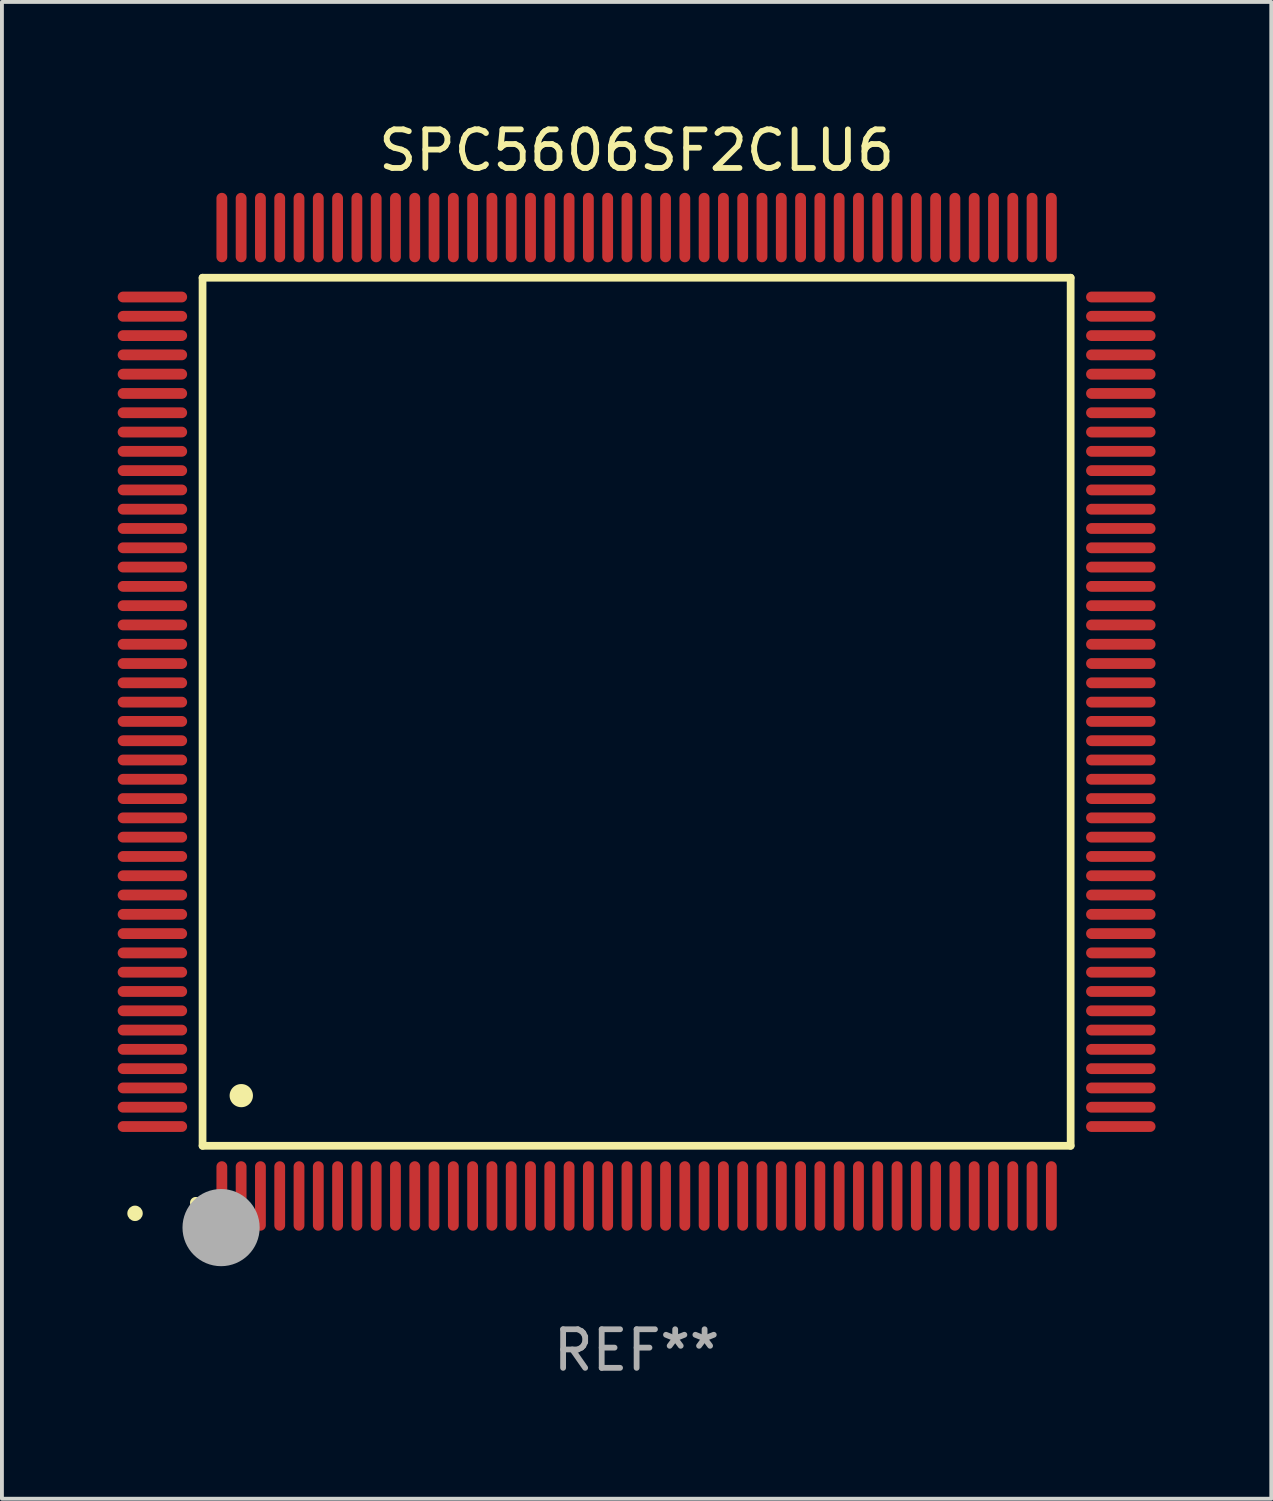
<source format=kicad_pcb>
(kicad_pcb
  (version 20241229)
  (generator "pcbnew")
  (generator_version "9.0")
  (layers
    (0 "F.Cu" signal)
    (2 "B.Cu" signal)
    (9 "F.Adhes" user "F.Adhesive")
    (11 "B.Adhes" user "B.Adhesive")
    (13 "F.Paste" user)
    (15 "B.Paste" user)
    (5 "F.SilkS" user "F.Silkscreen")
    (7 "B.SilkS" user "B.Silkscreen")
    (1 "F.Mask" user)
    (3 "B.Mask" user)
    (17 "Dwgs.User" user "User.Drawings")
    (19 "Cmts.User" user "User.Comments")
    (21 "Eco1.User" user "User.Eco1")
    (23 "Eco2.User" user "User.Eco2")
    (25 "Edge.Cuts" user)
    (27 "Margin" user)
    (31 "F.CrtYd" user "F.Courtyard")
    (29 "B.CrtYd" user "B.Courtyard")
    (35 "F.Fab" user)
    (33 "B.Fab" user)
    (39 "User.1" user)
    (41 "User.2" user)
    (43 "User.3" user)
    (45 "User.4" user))
  (footprint "SPC5606SF2CLU6"
    (layer "F.Cu")
    (at 13.45 15.398)
    (property "Reference" "SPC5606SF2CLU6" (at 0 -14.55 0) (layer "F.SilkS") (effects (font (size 1 1) (thickness 0.15))))
    (attr through_hole)
    (fp_line (start -11.25 -11.25) (end 11.25 -11.25) (stroke (width 0.2) (type solid)) (layer "F.SilkS"))
    (fp_line (start -11.25 11.25) (end -11.25 -11.25) (stroke (width 0.2) (type solid)) (layer "F.SilkS"))
    (fp_line (start 11.25 -11.25) (end 11.25 11.25) (stroke (width 0.2) (type solid)) (layer "F.SilkS"))
    (fp_line (start 11.25 11.25) (end -11.25 11.25) (stroke (width 0.2) (type solid)) (layer "F.SilkS"))
    (fp_arc (start -11.424943 12.725425) (mid -11.423673 12.72542) (end -11.422403 12.725425) (stroke (width 0.3) (type solid)) (layer "F.SilkS"))
    (fp_arc (start -10.24892 9.9492) (mid -10.24638 9.949189) (end -10.24384 9.9492) (stroke (width 0.6) (type solid)) (layer "F.SilkS"))
    (fp_circle (center -13 13) (end -12.9 13) (stroke (width 0.2) (type solid)) (fill no) (layer "F.SilkS"))
    (fp_circle (center -10.77 13.37) (end -10.27 13.37) (stroke (width 1) (type solid)) (fill no) (layer "F.Fab"))
    (fp_text user "REF**" (at 0 16.55 0) (layer "F.Fab") (effects (font (size 1 1) (thickness 0.15))))
    (pad "1" smd oval (at -10.75 12.55) (size 0.28 1.8) (layers "F.Cu" "F.Mask" "F.Paste"))
    (pad "2" smd oval (at -10.25 12.55) (size 0.28 1.8) (layers "F.Cu" "F.Mask" "F.Paste"))
    (pad "3" smd oval (at -9.75 12.55) (size 0.28 1.8) (layers "F.Cu" "F.Mask" "F.Paste"))
    (pad "4" smd oval (at -9.25 12.55) (size 0.28 1.8) (layers "F.Cu" "F.Mask" "F.Paste"))
    (pad "5" smd oval (at -8.75 12.55) (size 0.28 1.8) (layers "F.Cu" "F.Mask" "F.Paste"))
    (pad "6" smd oval (at -8.25 12.55) (size 0.28 1.8) (layers "F.Cu" "F.Mask" "F.Paste"))
    (pad "7" smd oval (at -7.75 12.55) (size 0.28 1.8) (layers "F.Cu" "F.Mask" "F.Paste"))
    (pad "8" smd oval (at -7.25 12.55) (size 0.28 1.8) (layers "F.Cu" "F.Mask" "F.Paste"))
    (pad "9" smd oval (at -6.75 12.55) (size 0.28 1.8) (layers "F.Cu" "F.Mask" "F.Paste"))
    (pad "10" smd oval (at -6.25 12.55) (size 0.28 1.8) (layers "F.Cu" "F.Mask" "F.Paste"))
    (pad "11" smd oval (at -5.75 12.55) (size 0.28 1.8) (layers "F.Cu" "F.Mask" "F.Paste"))
    (pad "12" smd oval (at -5.25 12.55) (size 0.28 1.8) (layers "F.Cu" "F.Mask" "F.Paste"))
    (pad "13" smd oval (at -4.75 12.55) (size 0.28 1.8) (layers "F.Cu" "F.Mask" "F.Paste"))
    (pad "14" smd oval (at -4.25 12.55) (size 0.28 1.8) (layers "F.Cu" "F.Mask" "F.Paste"))
    (pad "15" smd oval (at -3.75 12.55) (size 0.28 1.8) (layers "F.Cu" "F.Mask" "F.Paste"))
    (pad "16" smd oval (at -3.25 12.55) (size 0.28 1.8) (layers "F.Cu" "F.Mask" "F.Paste"))
    (pad "17" smd oval (at -2.75 12.55) (size 0.28 1.8) (layers "F.Cu" "F.Mask" "F.Paste"))
    (pad "18" smd oval (at -2.25 12.55) (size 0.28 1.8) (layers "F.Cu" "F.Mask" "F.Paste"))
    (pad "19" smd oval (at -1.75 12.55) (size 0.28 1.8) (layers "F.Cu" "F.Mask" "F.Paste"))
    (pad "20" smd oval (at -1.25 12.55) (size 0.28 1.8) (layers "F.Cu" "F.Mask" "F.Paste"))
    (pad "21" smd oval (at -0.75 12.55) (size 0.28 1.8) (layers "F.Cu" "F.Mask" "F.Paste"))
    (pad "22" smd oval (at -0.25 12.55) (size 0.28 1.8) (layers "F.Cu" "F.Mask" "F.Paste"))
    (pad "23" smd oval (at 0.25 12.55) (size 0.28 1.8) (layers "F.Cu" "F.Mask" "F.Paste"))
    (pad "24" smd oval (at 0.75 12.55) (size 0.28 1.8) (layers "F.Cu" "F.Mask" "F.Paste"))
    (pad "25" smd oval (at 1.25 12.55) (size 0.28 1.8) (layers "F.Cu" "F.Mask" "F.Paste"))
    (pad "26" smd oval (at 1.75 12.55) (size 0.28 1.8) (layers "F.Cu" "F.Mask" "F.Paste"))
    (pad "27" smd oval (at 2.25 12.55) (size 0.28 1.8) (layers "F.Cu" "F.Mask" "F.Paste"))
    (pad "28" smd oval (at 2.75 12.55) (size 0.28 1.8) (layers "F.Cu" "F.Mask" "F.Paste"))
    (pad "29" smd oval (at 3.25 12.55) (size 0.28 1.8) (layers "F.Cu" "F.Mask" "F.Paste"))
    (pad "30" smd oval (at 3.75 12.55) (size 0.28 1.8) (layers "F.Cu" "F.Mask" "F.Paste"))
    (pad "31" smd oval (at 4.25 12.55) (size 0.28 1.8) (layers "F.Cu" "F.Mask" "F.Paste"))
    (pad "32" smd oval (at 4.75 12.55) (size 0.28 1.8) (layers "F.Cu" "F.Mask" "F.Paste"))
    (pad "33" smd oval (at 5.25 12.55) (size 0.28 1.8) (layers "F.Cu" "F.Mask" "F.Paste"))
    (pad "34" smd oval (at 5.75 12.55) (size 0.28 1.8) (layers "F.Cu" "F.Mask" "F.Paste"))
    (pad "35" smd oval (at 6.25 12.55) (size 0.28 1.8) (layers "F.Cu" "F.Mask" "F.Paste"))
    (pad "36" smd oval (at 6.75 12.55) (size 0.28 1.8) (layers "F.Cu" "F.Mask" "F.Paste"))
    (pad "37" smd oval (at 7.25 12.55) (size 0.28 1.8) (layers "F.Cu" "F.Mask" "F.Paste"))
    (pad "38" smd oval (at 7.75 12.55) (size 0.28 1.8) (layers "F.Cu" "F.Mask" "F.Paste"))
    (pad "39" smd oval (at 8.25 12.55) (size 0.28 1.8) (layers "F.Cu" "F.Mask" "F.Paste"))
    (pad "40" smd oval (at 8.75 12.55) (size 0.28 1.8) (layers "F.Cu" "F.Mask" "F.Paste"))
    (pad "41" smd oval (at 9.25 12.55) (size 0.28 1.8) (layers "F.Cu" "F.Mask" "F.Paste"))
    (pad "42" smd oval (at 9.75 12.55) (size 0.28 1.8) (layers "F.Cu" "F.Mask" "F.Paste"))
    (pad "43" smd oval (at 10.25 12.55) (size 0.28 1.8) (layers "F.Cu" "F.Mask" "F.Paste"))
    (pad "44" smd oval (at 10.75 12.55) (size 0.28 1.8) (layers "F.Cu" "F.Mask" "F.Paste"))
    (pad "45" smd oval (at 12.55 10.75) (size 1.8 0.28) (layers "F.Cu" "F.Mask" "F.Paste"))
    (pad "46" smd oval (at 12.55 10.25) (size 1.8 0.28) (layers "F.Cu" "F.Mask" "F.Paste"))
    (pad "47" smd oval (at 12.55 9.75) (size 1.8 0.28) (layers "F.Cu" "F.Mask" "F.Paste"))
    (pad "48" smd oval (at 12.55 9.25) (size 1.8 0.28) (layers "F.Cu" "F.Mask" "F.Paste"))
    (pad "49" smd oval (at 12.55 8.75) (size 1.8 0.28) (layers "F.Cu" "F.Mask" "F.Paste"))
    (pad "50" smd oval (at 12.55 8.25) (size 1.8 0.28) (layers "F.Cu" "F.Mask" "F.Paste"))
    (pad "51" smd oval (at 12.55 7.75) (size 1.8 0.28) (layers "F.Cu" "F.Mask" "F.Paste"))
    (pad "52" smd oval (at 12.55 7.25) (size 1.8 0.28) (layers "F.Cu" "F.Mask" "F.Paste"))
    (pad "53" smd oval (at 12.55 6.75) (size 1.8 0.28) (layers "F.Cu" "F.Mask" "F.Paste"))
    (pad "54" smd oval (at 12.55 6.25) (size 1.8 0.28) (layers "F.Cu" "F.Mask" "F.Paste"))
    (pad "55" smd oval (at 12.55 5.75) (size 1.8 0.28) (layers "F.Cu" "F.Mask" "F.Paste"))
    (pad "56" smd oval (at 12.55 5.25) (size 1.8 0.28) (layers "F.Cu" "F.Mask" "F.Paste"))
    (pad "57" smd oval (at 12.55 4.75) (size 1.8 0.28) (layers "F.Cu" "F.Mask" "F.Paste"))
    (pad "58" smd oval (at 12.55 4.25) (size 1.8 0.28) (layers "F.Cu" "F.Mask" "F.Paste"))
    (pad "59" smd oval (at 12.55 3.75) (size 1.8 0.28) (layers "F.Cu" "F.Mask" "F.Paste"))
    (pad "60" smd oval (at 12.55 3.25) (size 1.8 0.28) (layers "F.Cu" "F.Mask" "F.Paste"))
    (pad "61" smd oval (at 12.55 2.75) (size 1.8 0.28) (layers "F.Cu" "F.Mask" "F.Paste"))
    (pad "62" smd oval (at 12.55 2.25) (size 1.8 0.28) (layers "F.Cu" "F.Mask" "F.Paste"))
    (pad "63" smd oval (at 12.55 1.75) (size 1.8 0.28) (layers "F.Cu" "F.Mask" "F.Paste"))
    (pad "64" smd oval (at 12.55 1.25) (size 1.8 0.28) (layers "F.Cu" "F.Mask" "F.Paste"))
    (pad "65" smd oval (at 12.55 0.75) (size 1.8 0.28) (layers "F.Cu" "F.Mask" "F.Paste"))
    (pad "66" smd oval (at 12.55 0.25) (size 1.8 0.28) (layers "F.Cu" "F.Mask" "F.Paste"))
    (pad "67" smd oval (at 12.55 -0.25) (size 1.8 0.28) (layers "F.Cu" "F.Mask" "F.Paste"))
    (pad "68" smd oval (at 12.55 -0.75) (size 1.8 0.28) (layers "F.Cu" "F.Mask" "F.Paste"))
    (pad "69" smd oval (at 12.55 -1.25) (size 1.8 0.28) (layers "F.Cu" "F.Mask" "F.Paste"))
    (pad "70" smd oval (at 12.55 -1.75) (size 1.8 0.28) (layers "F.Cu" "F.Mask" "F.Paste"))
    (pad "71" smd oval (at 12.55 -2.25) (size 1.8 0.28) (layers "F.Cu" "F.Mask" "F.Paste"))
    (pad "72" smd oval (at 12.55 -2.75) (size 1.8 0.28) (layers "F.Cu" "F.Mask" "F.Paste"))
    (pad "73" smd oval (at 12.55 -3.25) (size 1.8 0.28) (layers "F.Cu" "F.Mask" "F.Paste"))
    (pad "74" smd oval (at 12.55 -3.75) (size 1.8 0.28) (layers "F.Cu" "F.Mask" "F.Paste"))
    (pad "75" smd oval (at 12.55 -4.25) (size 1.8 0.28) (layers "F.Cu" "F.Mask" "F.Paste"))
    (pad "76" smd oval (at 12.55 -4.75) (size 1.8 0.28) (layers "F.Cu" "F.Mask" "F.Paste"))
    (pad "77" smd oval (at 12.55 -5.25) (size 1.8 0.28) (layers "F.Cu" "F.Mask" "F.Paste"))
    (pad "78" smd oval (at 12.55 -5.75) (size 1.8 0.28) (layers "F.Cu" "F.Mask" "F.Paste"))
    (pad "79" smd oval (at 12.55 -6.25) (size 1.8 0.28) (layers "F.Cu" "F.Mask" "F.Paste"))
    (pad "80" smd oval (at 12.55 -6.75) (size 1.8 0.28) (layers "F.Cu" "F.Mask" "F.Paste"))
    (pad "81" smd oval (at 12.55 -7.25) (size 1.8 0.28) (layers "F.Cu" "F.Mask" "F.Paste"))
    (pad "82" smd oval (at 12.55 -7.75) (size 1.8 0.28) (layers "F.Cu" "F.Mask" "F.Paste"))
    (pad "83" smd oval (at 12.55 -8.25) (size 1.8 0.28) (layers "F.Cu" "F.Mask" "F.Paste"))
    (pad "84" smd oval (at 12.55 -8.75) (size 1.8 0.28) (layers "F.Cu" "F.Mask" "F.Paste"))
    (pad "85" smd oval (at 12.55 -9.25) (size 1.8 0.28) (layers "F.Cu" "F.Mask" "F.Paste"))
    (pad "86" smd oval (at 12.55 -9.75) (size 1.8 0.28) (layers "F.Cu" "F.Mask" "F.Paste"))
    (pad "87" smd oval (at 12.55 -10.25) (size 1.8 0.28) (layers "F.Cu" "F.Mask" "F.Paste"))
    (pad "88" smd oval (at 12.55 -10.75) (size 1.8 0.28) (layers "F.Cu" "F.Mask" "F.Paste"))
    (pad "89" smd oval (at 10.75 -12.55) (size 0.28 1.8) (layers "F.Cu" "F.Mask" "F.Paste"))
    (pad "90" smd oval (at 10.25 -12.55) (size 0.28 1.8) (layers "F.Cu" "F.Mask" "F.Paste"))
    (pad "91" smd oval (at 9.75 -12.55) (size 0.28 1.8) (layers "F.Cu" "F.Mask" "F.Paste"))
    (pad "92" smd oval (at 9.25 -12.55) (size 0.28 1.8) (layers "F.Cu" "F.Mask" "F.Paste"))
    (pad "93" smd oval (at 8.75 -12.55) (size 0.28 1.8) (layers "F.Cu" "F.Mask" "F.Paste"))
    (pad "94" smd oval (at 8.25 -12.55) (size 0.28 1.8) (layers "F.Cu" "F.Mask" "F.Paste"))
    (pad "95" smd oval (at 7.75 -12.55) (size 0.28 1.8) (layers "F.Cu" "F.Mask" "F.Paste"))
    (pad "96" smd oval (at 7.25 -12.55) (size 0.28 1.8) (layers "F.Cu" "F.Mask" "F.Paste"))
    (pad "97" smd oval (at 6.75 -12.55) (size 0.28 1.8) (layers "F.Cu" "F.Mask" "F.Paste"))
    (pad "98" smd oval (at 6.25 -12.55) (size 0.28 1.8) (layers "F.Cu" "F.Mask" "F.Paste"))
    (pad "99" smd oval (at 5.75 -12.55) (size 0.28 1.8) (layers "F.Cu" "F.Mask" "F.Paste"))
    (pad "100" smd oval (at 5.25 -12.55) (size 0.28 1.8) (layers "F.Cu" "F.Mask" "F.Paste"))
    (pad "101" smd oval (at 4.75 -12.55) (size 0.28 1.8) (layers "F.Cu" "F.Mask" "F.Paste"))
    (pad "102" smd oval (at 4.25 -12.55) (size 0.28 1.8) (layers "F.Cu" "F.Mask" "F.Paste"))
    (pad "103" smd oval (at 3.75 -12.55) (size 0.28 1.8) (layers "F.Cu" "F.Mask" "F.Paste"))
    (pad "104" smd oval (at 3.25 -12.55) (size 0.28 1.8) (layers "F.Cu" "F.Mask" "F.Paste"))
    (pad "105" smd oval (at 2.75 -12.55) (size 0.28 1.8) (layers "F.Cu" "F.Mask" "F.Paste"))
    (pad "106" smd oval (at 2.25 -12.55) (size 0.28 1.8) (layers "F.Cu" "F.Mask" "F.Paste"))
    (pad "107" smd oval (at 1.75 -12.55) (size 0.28 1.8) (layers "F.Cu" "F.Mask" "F.Paste"))
    (pad "108" smd oval (at 1.25 -12.55) (size 0.28 1.8) (layers "F.Cu" "F.Mask" "F.Paste"))
    (pad "109" smd oval (at 0.75 -12.55) (size 0.28 1.8) (layers "F.Cu" "F.Mask" "F.Paste"))
    (pad "110" smd oval (at 0.25 -12.55) (size 0.28 1.8) (layers "F.Cu" "F.Mask" "F.Paste"))
    (pad "111" smd oval (at -0.25 -12.55) (size 0.28 1.8) (layers "F.Cu" "F.Mask" "F.Paste"))
    (pad "112" smd oval (at -0.75 -12.55) (size 0.28 1.8) (layers "F.Cu" "F.Mask" "F.Paste"))
    (pad "113" smd oval (at -1.25 -12.55) (size 0.28 1.8) (layers "F.Cu" "F.Mask" "F.Paste"))
    (pad "114" smd oval (at -1.75 -12.55) (size 0.28 1.8) (layers "F.Cu" "F.Mask" "F.Paste"))
    (pad "115" smd oval (at -2.25 -12.55) (size 0.28 1.8) (layers "F.Cu" "F.Mask" "F.Paste"))
    (pad "116" smd oval (at -2.75 -12.55) (size 0.28 1.8) (layers "F.Cu" "F.Mask" "F.Paste"))
    (pad "117" smd oval (at -3.25 -12.55) (size 0.28 1.8) (layers "F.Cu" "F.Mask" "F.Paste"))
    (pad "118" smd oval (at -3.75 -12.55) (size 0.28 1.8) (layers "F.Cu" "F.Mask" "F.Paste"))
    (pad "119" smd oval (at -4.25 -12.55) (size 0.28 1.8) (layers "F.Cu" "F.Mask" "F.Paste"))
    (pad "120" smd oval (at -4.75 -12.55) (size 0.28 1.8) (layers "F.Cu" "F.Mask" "F.Paste"))
    (pad "121" smd oval (at -5.25 -12.55) (size 0.28 1.8) (layers "F.Cu" "F.Mask" "F.Paste"))
    (pad "122" smd oval (at -5.75 -12.55) (size 0.28 1.8) (layers "F.Cu" "F.Mask" "F.Paste"))
    (pad "123" smd oval (at -6.25 -12.55) (size 0.28 1.8) (layers "F.Cu" "F.Mask" "F.Paste"))
    (pad "124" smd oval (at -6.75 -12.55) (size 0.28 1.8) (layers "F.Cu" "F.Mask" "F.Paste"))
    (pad "125" smd oval (at -7.25 -12.55) (size 0.28 1.8) (layers "F.Cu" "F.Mask" "F.Paste"))
    (pad "126" smd oval (at -7.75 -12.55) (size 0.28 1.8) (layers "F.Cu" "F.Mask" "F.Paste"))
    (pad "127" smd oval (at -8.25 -12.55) (size 0.28 1.8) (layers "F.Cu" "F.Mask" "F.Paste"))
    (pad "128" smd oval (at -8.75 -12.55) (size 0.28 1.8) (layers "F.Cu" "F.Mask" "F.Paste"))
    (pad "129" smd oval (at -9.25 -12.55) (size 0.28 1.8) (layers "F.Cu" "F.Mask" "F.Paste"))
    (pad "130" smd oval (at -9.75 -12.55) (size 0.28 1.8) (layers "F.Cu" "F.Mask" "F.Paste"))
    (pad "131" smd oval (at -10.25 -12.55) (size 0.28 1.8) (layers "F.Cu" "F.Mask" "F.Paste"))
    (pad "132" smd oval (at -10.75 -12.55) (size 0.28 1.8) (layers "F.Cu" "F.Mask" "F.Paste"))
    (pad "133" smd oval (at -12.55 -10.75) (size 1.8 0.28) (layers "F.Cu" "F.Mask" "F.Paste"))
    (pad "134" smd oval (at -12.55 -10.25) (size 1.8 0.28) (layers "F.Cu" "F.Mask" "F.Paste"))
    (pad "135" smd oval (at -12.55 -9.75) (size 1.8 0.28) (layers "F.Cu" "F.Mask" "F.Paste"))
    (pad "136" smd oval (at -12.55 -9.25) (size 1.8 0.28) (layers "F.Cu" "F.Mask" "F.Paste"))
    (pad "137" smd oval (at -12.55 -8.75) (size 1.8 0.28) (layers "F.Cu" "F.Mask" "F.Paste"))
    (pad "138" smd oval (at -12.55 -8.25) (size 1.8 0.28) (layers "F.Cu" "F.Mask" "F.Paste"))
    (pad "139" smd oval (at -12.55 -7.75) (size 1.8 0.28) (layers "F.Cu" "F.Mask" "F.Paste"))
    (pad "140" smd oval (at -12.55 -7.25) (size 1.8 0.28) (layers "F.Cu" "F.Mask" "F.Paste"))
    (pad "141" smd oval (at -12.55 -6.75) (size 1.8 0.28) (layers "F.Cu" "F.Mask" "F.Paste"))
    (pad "142" smd oval (at -12.55 -6.25) (size 1.8 0.28) (layers "F.Cu" "F.Mask" "F.Paste"))
    (pad "143" smd oval (at -12.55 -5.75) (size 1.8 0.28) (layers "F.Cu" "F.Mask" "F.Paste"))
    (pad "144" smd oval (at -12.55 -5.25) (size 1.8 0.28) (layers "F.Cu" "F.Mask" "F.Paste"))
    (pad "145" smd oval (at -12.55 -4.75) (size 1.8 0.28) (layers "F.Cu" "F.Mask" "F.Paste"))
    (pad "146" smd oval (at -12.55 -4.25) (size 1.8 0.28) (layers "F.Cu" "F.Mask" "F.Paste"))
    (pad "147" smd oval (at -12.55 -3.75) (size 1.8 0.28) (layers "F.Cu" "F.Mask" "F.Paste"))
    (pad "148" smd oval (at -12.55 -3.25) (size 1.8 0.28) (layers "F.Cu" "F.Mask" "F.Paste"))
    (pad "149" smd oval (at -12.55 -2.75) (size 1.8 0.28) (layers "F.Cu" "F.Mask" "F.Paste"))
    (pad "150" smd oval (at -12.55 -2.25) (size 1.8 0.28) (layers "F.Cu" "F.Mask" "F.Paste"))
    (pad "151" smd oval (at -12.55 -1.75) (size 1.8 0.28) (layers "F.Cu" "F.Mask" "F.Paste"))
    (pad "152" smd oval (at -12.55 -1.25) (size 1.8 0.28) (layers "F.Cu" "F.Mask" "F.Paste"))
    (pad "153" smd oval (at -12.55 -0.75) (size 1.8 0.28) (layers "F.Cu" "F.Mask" "F.Paste"))
    (pad "154" smd oval (at -12.55 -0.25) (size 1.8 0.28) (layers "F.Cu" "F.Mask" "F.Paste"))
    (pad "155" smd oval (at -12.55 0.25) (size 1.8 0.28) (layers "F.Cu" "F.Mask" "F.Paste"))
    (pad "156" smd oval (at -12.55 0.75) (size 1.8 0.28) (layers "F.Cu" "F.Mask" "F.Paste"))
    (pad "157" smd oval (at -12.55 1.25) (size 1.8 0.28) (layers "F.Cu" "F.Mask" "F.Paste"))
    (pad "158" smd oval (at -12.55 1.75) (size 1.8 0.28) (layers "F.Cu" "F.Mask" "F.Paste"))
    (pad "159" smd oval (at -12.55 2.25) (size 1.8 0.28) (layers "F.Cu" "F.Mask" "F.Paste"))
    (pad "160" smd oval (at -12.55 2.75) (size 1.8 0.28) (layers "F.Cu" "F.Mask" "F.Paste"))
    (pad "161" smd oval (at -12.55 3.25) (size 1.8 0.28) (layers "F.Cu" "F.Mask" "F.Paste"))
    (pad "162" smd oval (at -12.55 3.75) (size 1.8 0.28) (layers "F.Cu" "F.Mask" "F.Paste"))
    (pad "163" smd oval (at -12.55 4.25) (size 1.8 0.28) (layers "F.Cu" "F.Mask" "F.Paste"))
    (pad "164" smd oval (at -12.55 4.75) (size 1.8 0.28) (layers "F.Cu" "F.Mask" "F.Paste"))
    (pad "165" smd oval (at -12.55 5.25) (size 1.8 0.28) (layers "F.Cu" "F.Mask" "F.Paste"))
    (pad "166" smd oval (at -12.55 5.75) (size 1.8 0.28) (layers "F.Cu" "F.Mask" "F.Paste"))
    (pad "167" smd oval (at -12.55 6.25) (size 1.8 0.28) (layers "F.Cu" "F.Mask" "F.Paste"))
    (pad "168" smd oval (at -12.55 6.75) (size 1.8 0.28) (layers "F.Cu" "F.Mask" "F.Paste"))
    (pad "169" smd oval (at -12.55 7.25) (size 1.8 0.28) (layers "F.Cu" "F.Mask" "F.Paste"))
    (pad "170" smd oval (at -12.55 7.75) (size 1.8 0.28) (layers "F.Cu" "F.Mask" "F.Paste"))
    (pad "171" smd oval (at -12.55 8.25) (size 1.8 0.28) (layers "F.Cu" "F.Mask" "F.Paste"))
    (pad "172" smd oval (at -12.55 8.75) (size 1.8 0.28) (layers "F.Cu" "F.Mask" "F.Paste"))
    (pad "173" smd oval (at -12.55 9.25) (size 1.8 0.28) (layers "F.Cu" "F.Mask" "F.Paste"))
    (pad "174" smd oval (at -12.55 9.75) (size 1.8 0.28) (layers "F.Cu" "F.Mask" "F.Paste"))
    (pad "175" smd oval (at -12.55 10.25) (size 1.8 0.28) (layers "F.Cu" "F.Mask" "F.Paste"))
    (pad "176" smd oval (at -12.55 10.75) (size 1.8 0.28) (layers "F.Cu" "F.Mask" "F.Paste")))
  (gr_rect
    (start -3 -3)
    (end 29.9 35.796)
    (stroke (width 0.1) (type default))
    (fill no)
    (layer "Edge.Cuts")))
</source>
